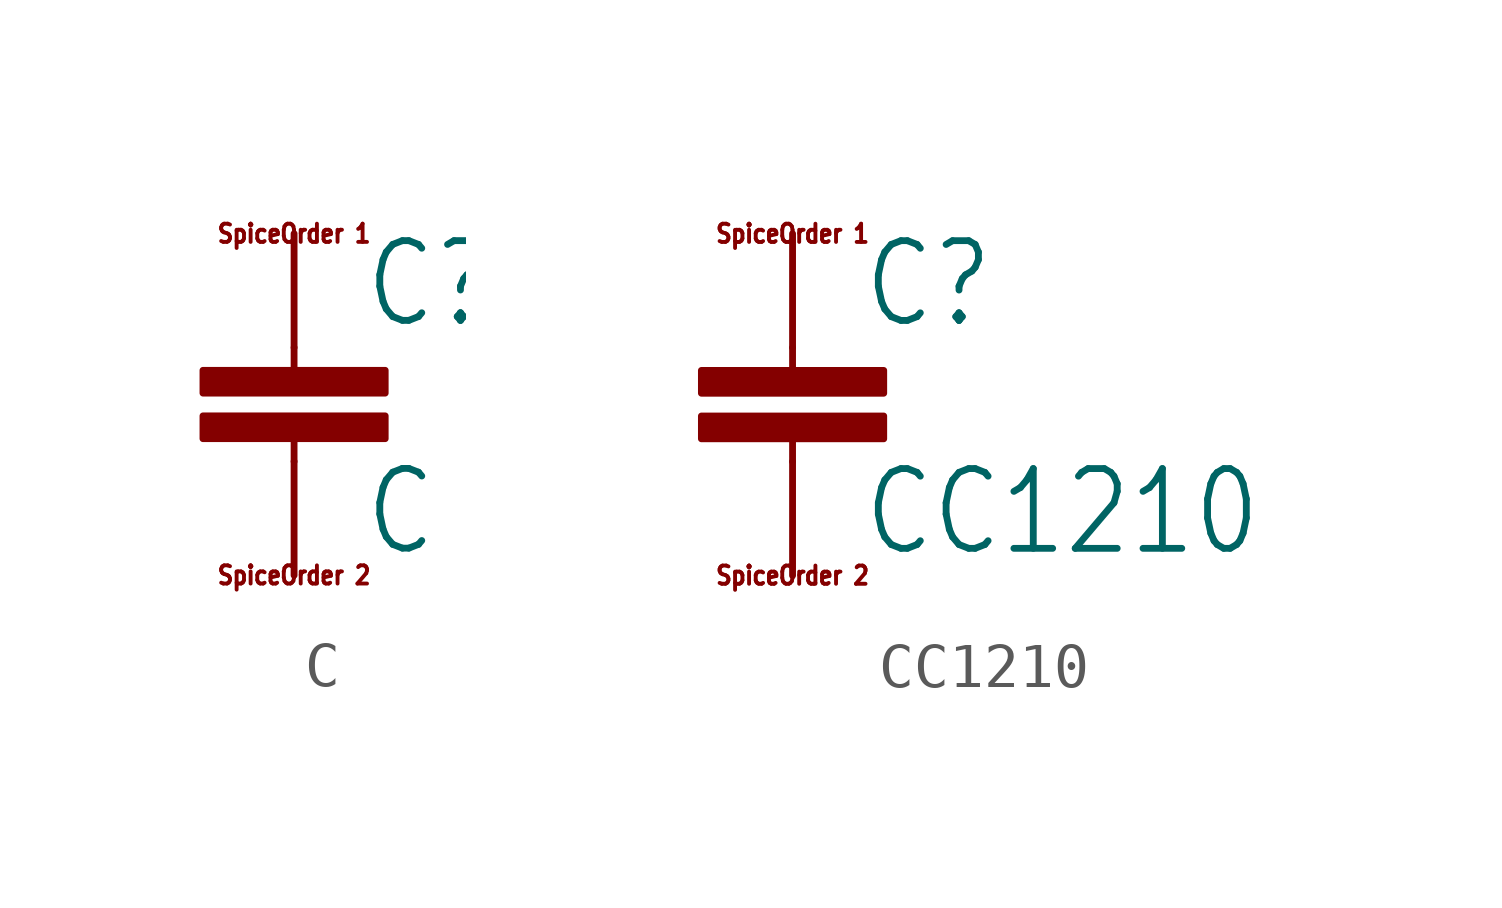
<source format=kicad_sym>
(kicad_symbol_lib
  (version 20211014)
  (generator kicad_symbol_editor)
  (symbol "C"
    (property "Reference" "C"
      (at 1.524 0.381 0)
      (effects (font (size 1.778 1.511)) (justify left bottom)))
    (property "Value" "C"
      (at 1.524 -4.699 0)
      (effects (font (size 1.778 1.511)) (justify left bottom)))
    (property "ki_locked" ""
      (at 0 0 0)
      (effects (font (size 1.27 1.27))))
    (symbol "C_1_0"
      (rectangle (start -2.032 -2.032) (end 2.032 -1.524) (stroke (width 0) (type default) (color 0 0 0 0)) (fill (type outline)))
      (rectangle (start -2.032 -1.016) (end 2.032 -0.508) (stroke (width 0) (type default) (color 0 0 0 0)) (fill (type outline)))
      (polyline (pts (xy 0 -2.54) (xy 0 -2.032)) (stroke (width 0.152) (type default) (color 0 0 0 0)) (fill (type none)))
      (polyline (pts (xy 0 0) (xy 0 -0.508)) (stroke (width 0.152) (type default) (color 0 0 0 0)) (fill (type none)))
      (text "SpiceOrder 1" (at 0 2.54 0) (effects (font (size 0.406 0.345))))
      (text "SpiceOrder 2" (at 0 -5.08 0) (effects (font (size 0.406 0.345))))
      (pin passive line (at 0 2.54 270) (length 2.54) (name "1" (effects (font (size 0 0)))) (number "1" (effects (font (size 0 0)))))
      (pin passive line (at 0 -5.08 90) (length 2.54) (name "2" (effects (font (size 0 0)))) (number "2" (effects (font (size 0 0)))))))
  (symbol "CC1210"
    (property "Reference" "C"
      (at 1.524 0.381 0)
      (effects (font (size 1.778 1.511)) (justify left bottom)))
    (property "Value" "CC1210"
      (at 1.524 -4.699 0)
      (effects (font (size 1.778 1.511)) (justify left bottom)))
    (property "ki_locked" ""
      (at 0 0 0)
      (effects (font (size 1.27 1.27))))
    (symbol "CC1210_1_0"
      (rectangle (start -2.032 -2.032) (end 2.032 -1.524) (stroke (width 0) (type default) (color 0 0 0 0)) (fill (type outline)))
      (rectangle (start -2.032 -1.016) (end 2.032 -0.508) (stroke (width 0) (type default) (color 0 0 0 0)) (fill (type outline)))
      (polyline (pts (xy 0 -2.54) (xy 0 -2.032)) (stroke (width 0.152) (type default) (color 0 0 0 0)) (fill (type none)))
      (polyline (pts (xy 0 0) (xy 0 -0.508)) (stroke (width 0.152) (type default) (color 0 0 0 0)) (fill (type none)))
      (text "SpiceOrder 1" (at 0 2.54 0) (effects (font (size 0.406 0.345))))
      (text "SpiceOrder 2" (at 0 -5.08 0) (effects (font (size 0.406 0.345))))
      (pin passive line (at 0 2.54 270) (length 2.54) (name "1" (effects (font (size 0 0)))) (number "1" (effects (font (size 0 0)))))
      (pin passive line (at 0 -5.08 90) (length 2.54) (name "2" (effects (font (size 0 0)))) (number "2" (effects (font (size 0 0))))))))
</source>
